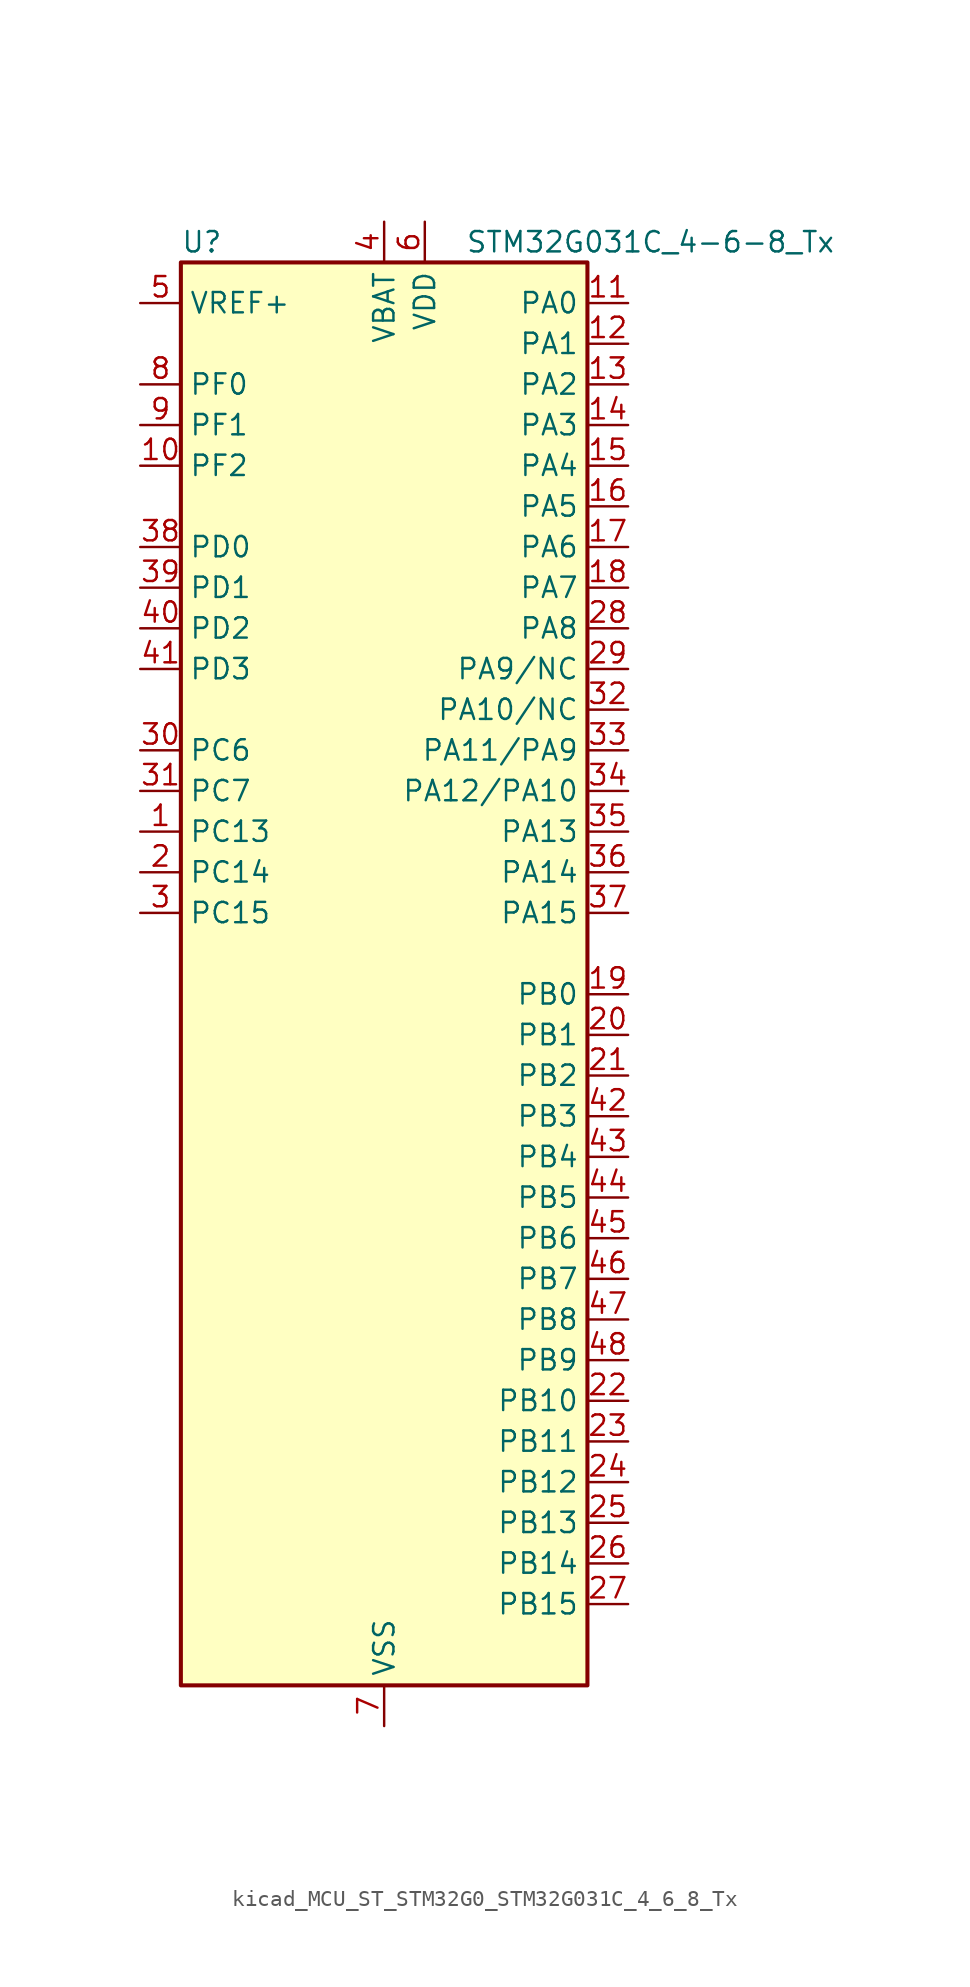
<source format=kicad_sym>
(kicad_symbol_lib
  (version 20220914)
  (generator kicad_symbol_editor)
  (symbol "kicad_MCU_ST_STM32G0_STM32G031C_4_6_8_Tx"
    (property "Reference" "U"
      (at -12.7 46.99 0)
      (effects (font (size 1.27 1.27)) (justify left)))
    (property "Value" "STM32G031C_4-6-8_Tx"
      (at 5.08 46.99 0)
      (effects (font (size 1.27 1.27)) (justify left)))
    (property "ki_locked" ""
      (at 0 0 0)
      (effects (font (size 1.27 1.27))))
    (symbol "kicad_MCU_ST_STM32G0_STM32G031C_4_6_8_Tx_0_1"
      (rectangle (start -12.7 -43.18) (end 12.7 45.72) (stroke (width 0.254) (type default)) (fill (type background))))
    (symbol "kicad_MCU_ST_STM32G0_STM32G031C_4_6_8_Tx_1_1"
      (pin bidirectional line (at -15.24 10.16 0) (length 2.54) (name "PC13" (effects (font (size 1.27 1.27)))) (number "1" (effects (font (size 1.27 1.27)))) (alternate "RTC_OUT_ALARM" bidirectional line) (alternate "RTC_OUT_CALIB" bidirectional line) (alternate "RTC_TAMP_IN1" bidirectional line) (alternate "RTC_TS" bidirectional line) (alternate "SYS_WKUP2" bidirectional line) (alternate "TIM1_BK" bidirectional line))
      (pin bidirectional line (at -15.24 33.02 0) (length 2.54) (name "PF2" (effects (font (size 1.27 1.27)))) (number "10" (effects (font (size 1.27 1.27)))) (alternate "RCC_MCO" bidirectional line))
      (pin bidirectional line (at 15.24 43.18 180) (length 2.54) (name "PA0" (effects (font (size 1.27 1.27)))) (number "11" (effects (font (size 1.27 1.27)))) (alternate "ADC1_IN0" bidirectional line) (alternate "LPTIM1_OUT" bidirectional line) (alternate "RTC_TAMP_IN2" bidirectional line) (alternate "SPI2_SCK" bidirectional line) (alternate "SYS_WKUP1" bidirectional line) (alternate "TIM2_CH1" bidirectional line) (alternate "TIM2_ETR" bidirectional line) (alternate "USART2_CTS" bidirectional line) (alternate "USART2_NSS" bidirectional line))
      (pin bidirectional line (at 15.24 40.64 180) (length 2.54) (name "PA1" (effects (font (size 1.27 1.27)))) (number "12" (effects (font (size 1.27 1.27)))) (alternate "ADC1_IN1" bidirectional line) (alternate "I2C1_SMBA" bidirectional line) (alternate "I2S1_CK" bidirectional line) (alternate "SPI1_SCK" bidirectional line) (alternate "TIM2_CH2" bidirectional line) (alternate "USART2_CK" bidirectional line) (alternate "USART2_DE" bidirectional line) (alternate "USART2_RTS" bidirectional line))
      (pin bidirectional line (at 15.24 38.1 180) (length 2.54) (name "PA2" (effects (font (size 1.27 1.27)))) (number "13" (effects (font (size 1.27 1.27)))) (alternate "ADC1_IN2" bidirectional line) (alternate "I2S1_SD" bidirectional line) (alternate "LPUART1_TX" bidirectional line) (alternate "RCC_LSCO" bidirectional line) (alternate "SPI1_MOSI" bidirectional line) (alternate "SYS_WKUP4" bidirectional line) (alternate "TIM2_CH3" bidirectional line) (alternate "USART2_TX" bidirectional line))
      (pin bidirectional line (at 15.24 35.56 180) (length 2.54) (name "PA3" (effects (font (size 1.27 1.27)))) (number "14" (effects (font (size 1.27 1.27)))) (alternate "ADC1_IN3" bidirectional line) (alternate "LPUART1_RX" bidirectional line) (alternate "SPI2_MISO" bidirectional line) (alternate "TIM2_CH4" bidirectional line) (alternate "USART2_RX" bidirectional line))
      (pin bidirectional line (at 15.24 33.02 180) (length 2.54) (name "PA4" (effects (font (size 1.27 1.27)))) (number "15" (effects (font (size 1.27 1.27)))) (alternate "ADC1_IN4" bidirectional line) (alternate "I2S1_WS" bidirectional line) (alternate "LPTIM2_OUT" bidirectional line) (alternate "RTC_OUT_ALARM" bidirectional line) (alternate "RTC_OUT_CALIB" bidirectional line) (alternate "SPI1_NSS" bidirectional line) (alternate "SPI2_MOSI" bidirectional line) (alternate "TIM14_CH1" bidirectional line))
      (pin bidirectional line (at 15.24 30.48 180) (length 2.54) (name "PA5" (effects (font (size 1.27 1.27)))) (number "16" (effects (font (size 1.27 1.27)))) (alternate "ADC1_IN5" bidirectional line) (alternate "I2S1_CK" bidirectional line) (alternate "LPTIM2_ETR" bidirectional line) (alternate "SPI1_SCK" bidirectional line) (alternate "TIM2_CH1" bidirectional line) (alternate "TIM2_ETR" bidirectional line))
      (pin bidirectional line (at 15.24 27.94 180) (length 2.54) (name "PA6" (effects (font (size 1.27 1.27)))) (number "17" (effects (font (size 1.27 1.27)))) (alternate "ADC1_IN6" bidirectional line) (alternate "I2S1_MCK" bidirectional line) (alternate "LPUART1_CTS" bidirectional line) (alternate "SPI1_MISO" bidirectional line) (alternate "TIM16_CH1" bidirectional line) (alternate "TIM1_BK" bidirectional line) (alternate "TIM3_CH1" bidirectional line))
      (pin bidirectional line (at 15.24 25.4 180) (length 2.54) (name "PA7" (effects (font (size 1.27 1.27)))) (number "18" (effects (font (size 1.27 1.27)))) (alternate "ADC1_IN7" bidirectional line) (alternate "I2S1_SD" bidirectional line) (alternate "SPI1_MOSI" bidirectional line) (alternate "TIM14_CH1" bidirectional line) (alternate "TIM17_CH1" bidirectional line) (alternate "TIM1_CH1N" bidirectional line) (alternate "TIM3_CH2" bidirectional line))
      (pin bidirectional line (at 15.24 0 180) (length 2.54) (name "PB0" (effects (font (size 1.27 1.27)))) (number "19" (effects (font (size 1.27 1.27)))) (alternate "ADC1_IN8" bidirectional line) (alternate "I2S1_WS" bidirectional line) (alternate "LPTIM1_OUT" bidirectional line) (alternate "SPI1_NSS" bidirectional line) (alternate "TIM1_CH2N" bidirectional line) (alternate "TIM3_CH3" bidirectional line))
      (pin bidirectional line (at -15.24 7.62 0) (length 2.54) (name "PC14" (effects (font (size 1.27 1.27)))) (number "2" (effects (font (size 1.27 1.27)))) (alternate "RCC_OSC32_IN" bidirectional line) (alternate "TIM1_BK2" bidirectional line))
      (pin bidirectional line (at 15.24 -2.54 180) (length 2.54) (name "PB1" (effects (font (size 1.27 1.27)))) (number "20" (effects (font (size 1.27 1.27)))) (alternate "ADC1_IN9" bidirectional line) (alternate "LPTIM2_IN1" bidirectional line) (alternate "LPUART1_DE" bidirectional line) (alternate "LPUART1_RTS" bidirectional line) (alternate "TIM14_CH1" bidirectional line) (alternate "TIM1_CH3N" bidirectional line) (alternate "TIM3_CH4" bidirectional line))
      (pin bidirectional line (at 15.24 -5.08 180) (length 2.54) (name "PB2" (effects (font (size 1.27 1.27)))) (number "21" (effects (font (size 1.27 1.27)))) (alternate "ADC1_IN10" bidirectional line) (alternate "LPTIM1_OUT" bidirectional line) (alternate "SPI2_MISO" bidirectional line))
      (pin bidirectional line (at 15.24 -25.4 180) (length 2.54) (name "PB10" (effects (font (size 1.27 1.27)))) (number "22" (effects (font (size 1.27 1.27)))) (alternate "ADC1_IN11" bidirectional line) (alternate "I2C2_SCL" bidirectional line) (alternate "LPUART1_RX" bidirectional line) (alternate "SPI2_SCK" bidirectional line) (alternate "TIM2_CH3" bidirectional line))
      (pin bidirectional line (at 15.24 -27.94 180) (length 2.54) (name "PB11" (effects (font (size 1.27 1.27)))) (number "23" (effects (font (size 1.27 1.27)))) (alternate "ADC1_EXTI11" bidirectional line) (alternate "ADC1_IN15" bidirectional line) (alternate "I2C2_SDA" bidirectional line) (alternate "LPUART1_TX" bidirectional line) (alternate "SPI2_MOSI" bidirectional line) (alternate "TIM2_CH4" bidirectional line))
      (pin bidirectional line (at 15.24 -30.48 180) (length 2.54) (name "PB12" (effects (font (size 1.27 1.27)))) (number "24" (effects (font (size 1.27 1.27)))) (alternate "ADC1_IN16" bidirectional line) (alternate "LPUART1_DE" bidirectional line) (alternate "LPUART1_RTS" bidirectional line) (alternate "SPI2_NSS" bidirectional line) (alternate "TIM1_BK" bidirectional line))
      (pin bidirectional line (at 15.24 -33.02 180) (length 2.54) (name "PB13" (effects (font (size 1.27 1.27)))) (number "25" (effects (font (size 1.27 1.27)))) (alternate "I2C2_SCL" bidirectional line) (alternate "LPUART1_CTS" bidirectional line) (alternate "SPI2_SCK" bidirectional line) (alternate "TIM1_CH1N" bidirectional line))
      (pin bidirectional line (at 15.24 -35.56 180) (length 2.54) (name "PB14" (effects (font (size 1.27 1.27)))) (number "26" (effects (font (size 1.27 1.27)))) (alternate "I2C2_SDA" bidirectional line) (alternate "SPI2_MISO" bidirectional line) (alternate "TIM1_CH2N" bidirectional line))
      (pin bidirectional line (at 15.24 -38.1 180) (length 2.54) (name "PB15" (effects (font (size 1.27 1.27)))) (number "27" (effects (font (size 1.27 1.27)))) (alternate "RTC_REFIN" bidirectional line) (alternate "SPI2_MOSI" bidirectional line) (alternate "TIM1_CH3N" bidirectional line))
      (pin bidirectional line (at 15.24 22.86 180) (length 2.54) (name "PA8" (effects (font (size 1.27 1.27)))) (number "28" (effects (font (size 1.27 1.27)))) (alternate "LPTIM2_OUT" bidirectional line) (alternate "RCC_MCO" bidirectional line) (alternate "SPI2_NSS" bidirectional line) (alternate "TIM1_CH1" bidirectional line))
      (pin bidirectional line (at 15.24 20.32 180) (length 2.54) (name "PA9/NC" (effects (font (size 1.27 1.27)))) (number "29" (effects (font (size 1.27 1.27)))) (alternate "I2C1_SCL" bidirectional line) (alternate "RCC_MCO" bidirectional line) (alternate "SPI2_MISO" bidirectional line) (alternate "TIM1_CH2" bidirectional line) (alternate "USART1_TX" bidirectional line))
      (pin bidirectional line (at -15.24 5.08 0) (length 2.54) (name "PC15" (effects (font (size 1.27 1.27)))) (number "3" (effects (font (size 1.27 1.27)))) (alternate "RCC_OSC32_EN" bidirectional line) (alternate "RCC_OSC32_OUT" bidirectional line) (alternate "RCC_OSC_EN" bidirectional line))
      (pin bidirectional line (at -15.24 15.24 0) (length 2.54) (name "PC6" (effects (font (size 1.27 1.27)))) (number "30" (effects (font (size 1.27 1.27)))) (alternate "TIM2_CH3" bidirectional line) (alternate "TIM3_CH1" bidirectional line))
      (pin bidirectional line (at -15.24 12.7 0) (length 2.54) (name "PC7" (effects (font (size 1.27 1.27)))) (number "31" (effects (font (size 1.27 1.27)))) (alternate "TIM2_CH4" bidirectional line) (alternate "TIM3_CH2" bidirectional line))
      (pin bidirectional line (at 15.24 17.78 180) (length 2.54) (name "PA10/NC" (effects (font (size 1.27 1.27)))) (number "32" (effects (font (size 1.27 1.27)))) (alternate "I2C1_SDA" bidirectional line) (alternate "SPI2_MOSI" bidirectional line) (alternate "TIM17_BK" bidirectional line) (alternate "TIM1_CH3" bidirectional line) (alternate "USART1_RX" bidirectional line))
      (pin bidirectional line (at 15.24 15.24 180) (length 2.54) (name "PA11/PA9" (effects (font (size 1.27 1.27)))) (number "33" (effects (font (size 1.27 1.27)))) (alternate "ADC1_EXTI11" bidirectional line) (alternate "I2C2_SCL" bidirectional line) (alternate "I2S1_MCK" bidirectional line) (alternate "SPI1_MISO" bidirectional line) (alternate "TIM1_BK2" bidirectional line) (alternate "TIM1_CH4" bidirectional line) (alternate "USART1_CTS" bidirectional line) (alternate "USART1_NSS" bidirectional line))
      (pin bidirectional line (at 15.24 12.7 180) (length 2.54) (name "PA12/PA10" (effects (font (size 1.27 1.27)))) (number "34" (effects (font (size 1.27 1.27)))) (alternate "I2C2_SDA" bidirectional line) (alternate "I2S1_SD" bidirectional line) (alternate "I2S_CKIN" bidirectional line) (alternate "SPI1_MOSI" bidirectional line) (alternate "TIM1_ETR" bidirectional line) (alternate "USART1_CK" bidirectional line) (alternate "USART1_DE" bidirectional line) (alternate "USART1_RTS" bidirectional line))
      (pin bidirectional line (at 15.24 10.16 180) (length 2.54) (name "PA13" (effects (font (size 1.27 1.27)))) (number "35" (effects (font (size 1.27 1.27)))) (alternate "ADC1_IN17" bidirectional line) (alternate "IR_OUT" bidirectional line) (alternate "SYS_SWDIO" bidirectional line))
      (pin bidirectional line (at 15.24 7.62 180) (length 2.54) (name "PA14" (effects (font (size 1.27 1.27)))) (number "36" (effects (font (size 1.27 1.27)))) (alternate "ADC1_IN18" bidirectional line) (alternate "SYS_SWCLK" bidirectional line) (alternate "USART2_TX" bidirectional line))
      (pin bidirectional line (at 15.24 5.08 180) (length 2.54) (name "PA15" (effects (font (size 1.27 1.27)))) (number "37" (effects (font (size 1.27 1.27)))) (alternate "I2S1_WS" bidirectional line) (alternate "SPI1_NSS" bidirectional line) (alternate "TIM2_CH1" bidirectional line) (alternate "TIM2_ETR" bidirectional line) (alternate "USART2_RX" bidirectional line))
      (pin bidirectional line (at -15.24 27.94 0) (length 2.54) (name "PD0" (effects (font (size 1.27 1.27)))) (number "38" (effects (font (size 1.27 1.27)))) (alternate "SPI2_NSS" bidirectional line) (alternate "TIM16_CH1" bidirectional line))
      (pin bidirectional line (at -15.24 25.4 0) (length 2.54) (name "PD1" (effects (font (size 1.27 1.27)))) (number "39" (effects (font (size 1.27 1.27)))) (alternate "SPI2_SCK" bidirectional line) (alternate "TIM17_CH1" bidirectional line))
      (pin power_in line (at 0 48.26 270) (length 2.54) (name "VBAT" (effects (font (size 1.27 1.27)))) (number "4" (effects (font (size 1.27 1.27)))))
      (pin bidirectional line (at -15.24 22.86 0) (length 2.54) (name "PD2" (effects (font (size 1.27 1.27)))) (number "40" (effects (font (size 1.27 1.27)))) (alternate "TIM1_CH1N" bidirectional line) (alternate "TIM3_ETR" bidirectional line))
      (pin bidirectional line (at -15.24 20.32 0) (length 2.54) (name "PD3" (effects (font (size 1.27 1.27)))) (number "41" (effects (font (size 1.27 1.27)))) (alternate "SPI2_MISO" bidirectional line) (alternate "TIM1_CH2N" bidirectional line) (alternate "USART2_CTS" bidirectional line) (alternate "USART2_NSS" bidirectional line))
      (pin bidirectional line (at 15.24 -7.62 180) (length 2.54) (name "PB3" (effects (font (size 1.27 1.27)))) (number "42" (effects (font (size 1.27 1.27)))) (alternate "I2S1_CK" bidirectional line) (alternate "SPI1_SCK" bidirectional line) (alternate "TIM1_CH2" bidirectional line) (alternate "TIM2_CH2" bidirectional line) (alternate "USART1_CK" bidirectional line) (alternate "USART1_DE" bidirectional line) (alternate "USART1_RTS" bidirectional line))
      (pin bidirectional line (at 15.24 -10.16 180) (length 2.54) (name "PB4" (effects (font (size 1.27 1.27)))) (number "43" (effects (font (size 1.27 1.27)))) (alternate "I2S1_MCK" bidirectional line) (alternate "SPI1_MISO" bidirectional line) (alternate "TIM17_BK" bidirectional line) (alternate "TIM3_CH1" bidirectional line) (alternate "USART1_CTS" bidirectional line) (alternate "USART1_NSS" bidirectional line))
      (pin bidirectional line (at 15.24 -12.7 180) (length 2.54) (name "PB5" (effects (font (size 1.27 1.27)))) (number "44" (effects (font (size 1.27 1.27)))) (alternate "I2C1_SMBA" bidirectional line) (alternate "I2S1_SD" bidirectional line) (alternate "LPTIM1_IN1" bidirectional line) (alternate "SPI1_MOSI" bidirectional line) (alternate "SYS_WKUP6" bidirectional line) (alternate "TIM16_BK" bidirectional line) (alternate "TIM3_CH2" bidirectional line))
      (pin bidirectional line (at 15.24 -15.24 180) (length 2.54) (name "PB6" (effects (font (size 1.27 1.27)))) (number "45" (effects (font (size 1.27 1.27)))) (alternate "I2C1_SCL" bidirectional line) (alternate "LPTIM1_ETR" bidirectional line) (alternate "SPI2_MISO" bidirectional line) (alternate "TIM16_CH1N" bidirectional line) (alternate "TIM1_CH3" bidirectional line) (alternate "USART1_TX" bidirectional line))
      (pin bidirectional line (at 15.24 -17.78 180) (length 2.54) (name "PB7" (effects (font (size 1.27 1.27)))) (number "46" (effects (font (size 1.27 1.27)))) (alternate "I2C1_SDA" bidirectional line) (alternate "LPTIM1_IN2" bidirectional line) (alternate "SPI2_MOSI" bidirectional line) (alternate "SYS_PVD_IN" bidirectional line) (alternate "TIM17_CH1N" bidirectional line) (alternate "USART1_RX" bidirectional line))
      (pin bidirectional line (at 15.24 -20.32 180) (length 2.54) (name "PB8" (effects (font (size 1.27 1.27)))) (number "47" (effects (font (size 1.27 1.27)))) (alternate "I2C1_SCL" bidirectional line) (alternate "SPI2_SCK" bidirectional line) (alternate "TIM16_CH1" bidirectional line))
      (pin bidirectional line (at 15.24 -22.86 180) (length 2.54) (name "PB9" (effects (font (size 1.27 1.27)))) (number "48" (effects (font (size 1.27 1.27)))) (alternate "I2C1_SDA" bidirectional line) (alternate "IR_OUT" bidirectional line) (alternate "SPI2_NSS" bidirectional line) (alternate "TIM17_CH1" bidirectional line))
      (pin input line (at -15.24 43.18 0) (length 2.54) (name "VREF+" (effects (font (size 1.27 1.27)))) (number "5" (effects (font (size 1.27 1.27)))) (alternate "VREFBUF_OUT" bidirectional line))
      (pin power_in line (at 2.54 48.26 270) (length 2.54) (name "VDD" (effects (font (size 1.27 1.27)))) (number "6" (effects (font (size 1.27 1.27)))))
      (pin power_in line (at 0 -45.72 90) (length 2.54) (name "VSS" (effects (font (size 1.27 1.27)))) (number "7" (effects (font (size 1.27 1.27)))))
      (pin bidirectional line (at -15.24 38.1 0) (length 2.54) (name "PF0" (effects (font (size 1.27 1.27)))) (number "8" (effects (font (size 1.27 1.27)))) (alternate "RCC_OSC_IN" bidirectional line) (alternate "TIM14_CH1" bidirectional line))
      (pin bidirectional line (at -15.24 35.56 0) (length 2.54) (name "PF1" (effects (font (size 1.27 1.27)))) (number "9" (effects (font (size 1.27 1.27)))) (alternate "RCC_OSC_EN" bidirectional line) (alternate "RCC_OSC_OUT" bidirectional line)))))
</source>
